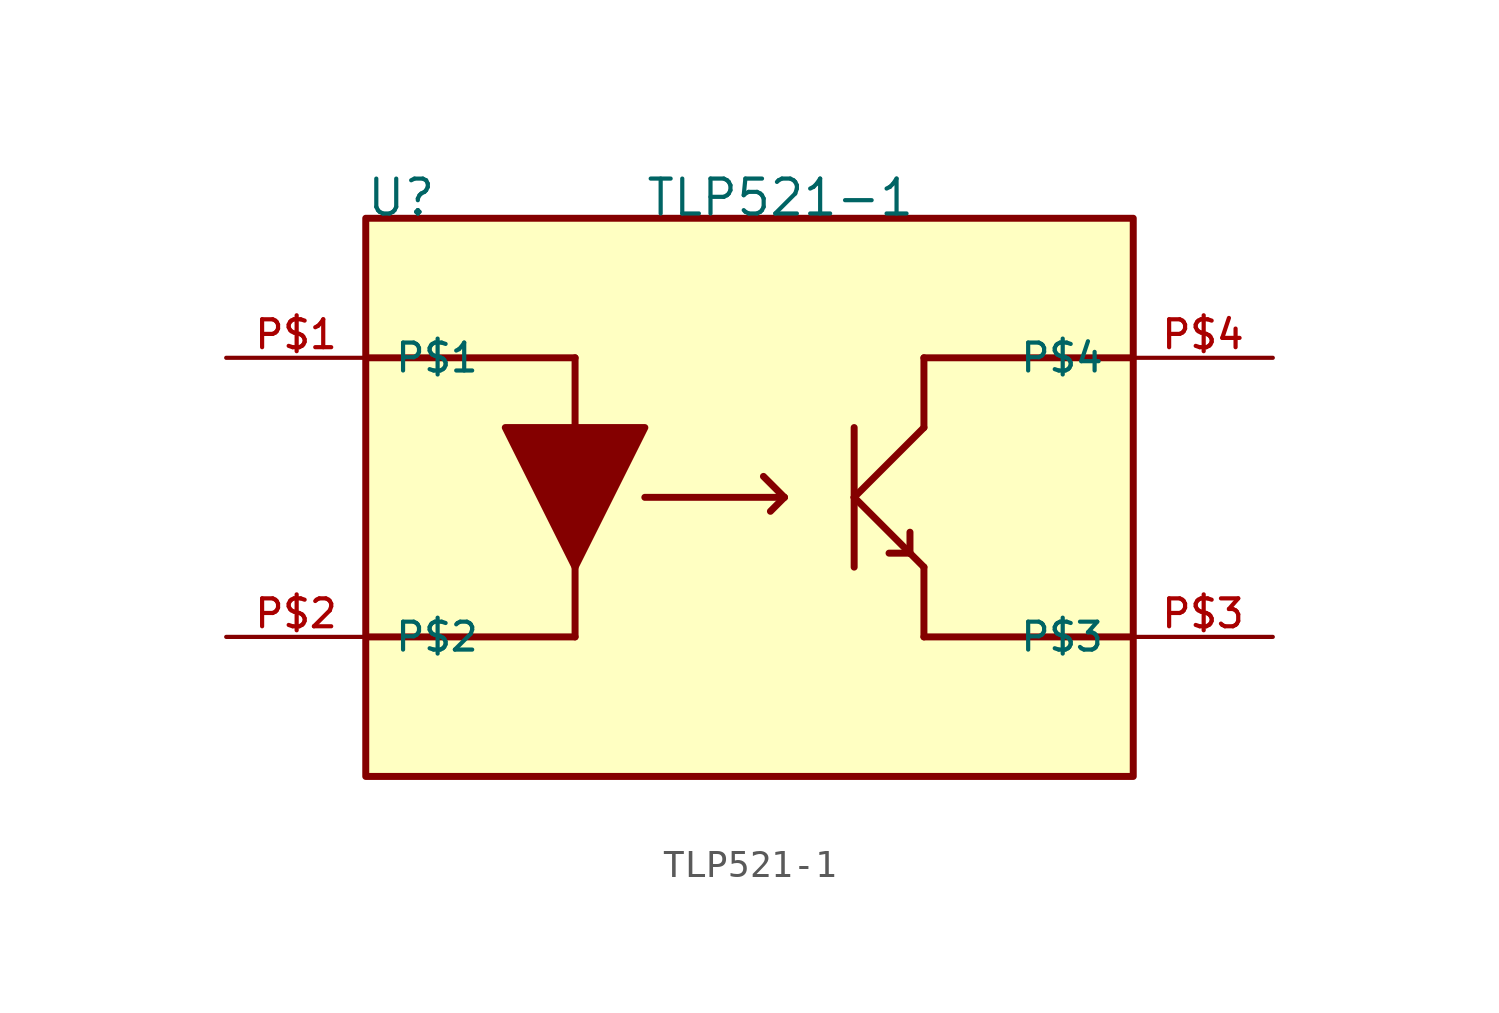
<source format=kicad_sym>
(kicad_symbol_lib
  (version 20211014)
  (generator kicad_symbol_editor)
  (symbol "TLP521-1"
    (pin_names
      (offset 1.016))
    (property "Reference" "U"
      (at -15.259 7.63 0)
      (effects (font (size 1.27 1.27)) (justify bottom left)))
    (property "Value" "TLP521-1"
      (at -5.088 7.631 0)
      (effects (font (size 1.27 1.27)) (justify bottom left)))
    (symbol "TLP521-1_0_0"
      (polyline (pts (xy -15.24 2.54) (xy -7.62 2.54)) (stroke (width 0.254)))
      (polyline (pts (xy -7.62 2.54) (xy -7.62 -7.62)) (stroke (width 0.254)))
      (polyline (pts (xy -7.62 -7.62) (xy -15.24 -7.62)) (stroke (width 0.254)))
      (polyline (pts (xy 12.7 2.54) (xy 5.08 2.54)) (stroke (width 0.254)))
      (polyline (pts (xy 2.54 0.0) (xy 2.54 -2.54)) (stroke (width 0.254)))
      (polyline (pts (xy 2.54 -2.54) (xy 2.54 -5.08)) (stroke (width 0.254)))
      (polyline (pts (xy 5.08 2.54) (xy 5.08 0.0)) (stroke (width 0.254)))
      (polyline (pts (xy 5.08 0.0) (xy 2.54 -2.54)) (stroke (width 0.254)))
      (polyline (pts (xy 2.54 -2.54) (xy 4.572 -4.572)) (stroke (width 0.254)))
      (polyline (pts (xy 4.572 -4.572) (xy 5.08 -5.08)) (stroke (width 0.254)))
      (polyline (pts (xy 5.08 -5.08) (xy 5.08 -7.62)) (stroke (width 0.254)))
      (polyline (pts (xy 5.08 -7.62) (xy 12.7 -7.62)) (stroke (width 0.254)))
      (polyline (pts (xy 4.572 -4.572) (xy 3.81 -4.572)) (stroke (width 0.254)))
      (polyline (pts (xy 4.572 -4.572) (xy 4.572 -3.81)) (stroke (width 0.254)))
      (polyline (pts (xy -5.08 -2.54) (xy 0.0 -2.54)) (stroke (width 0.254)))
      (polyline (pts (xy 0.0 -2.54) (xy -0.762 -1.778)) (stroke (width 0.254)))
      (polyline (pts (xy 0.0 -2.54) (xy -0.508 -3.048)) (stroke (width 0.254)))
      (polyline (pts (xy -10.16 0.0) (xy -5.08 0.0) (xy -7.62 -5.08) (xy -10.16 0.0)) (stroke (width 0.254)) (fill (type outline)))
      (rectangle (start -15.24 -12.7) (end 12.7 7.62) (stroke (width 0.254)) (fill (type background)))
      (pin bidirectional line (at -20.32 2.54 0) (length 5.08) (name "P$1" (effects (font (size 1.016 1.016)))) (number "P$1" (effects (font (size 1.016 1.016)))))
      (pin bidirectional line (at -20.32 -7.62 0) (length 5.08) (name "P$2" (effects (font (size 1.016 1.016)))) (number "P$2" (effects (font (size 1.016 1.016)))))
      (pin bidirectional line (at 17.78 -7.62 180.0) (length 5.08) (name "P$3" (effects (font (size 1.016 1.016)))) (number "P$3" (effects (font (size 1.016 1.016)))))
      (pin bidirectional line (at 17.78 2.54 180.0) (length 5.08) (name "P$4" (effects (font (size 1.016 1.016)))) (number "P$4" (effects (font (size 1.016 1.016))))))))
</source>
